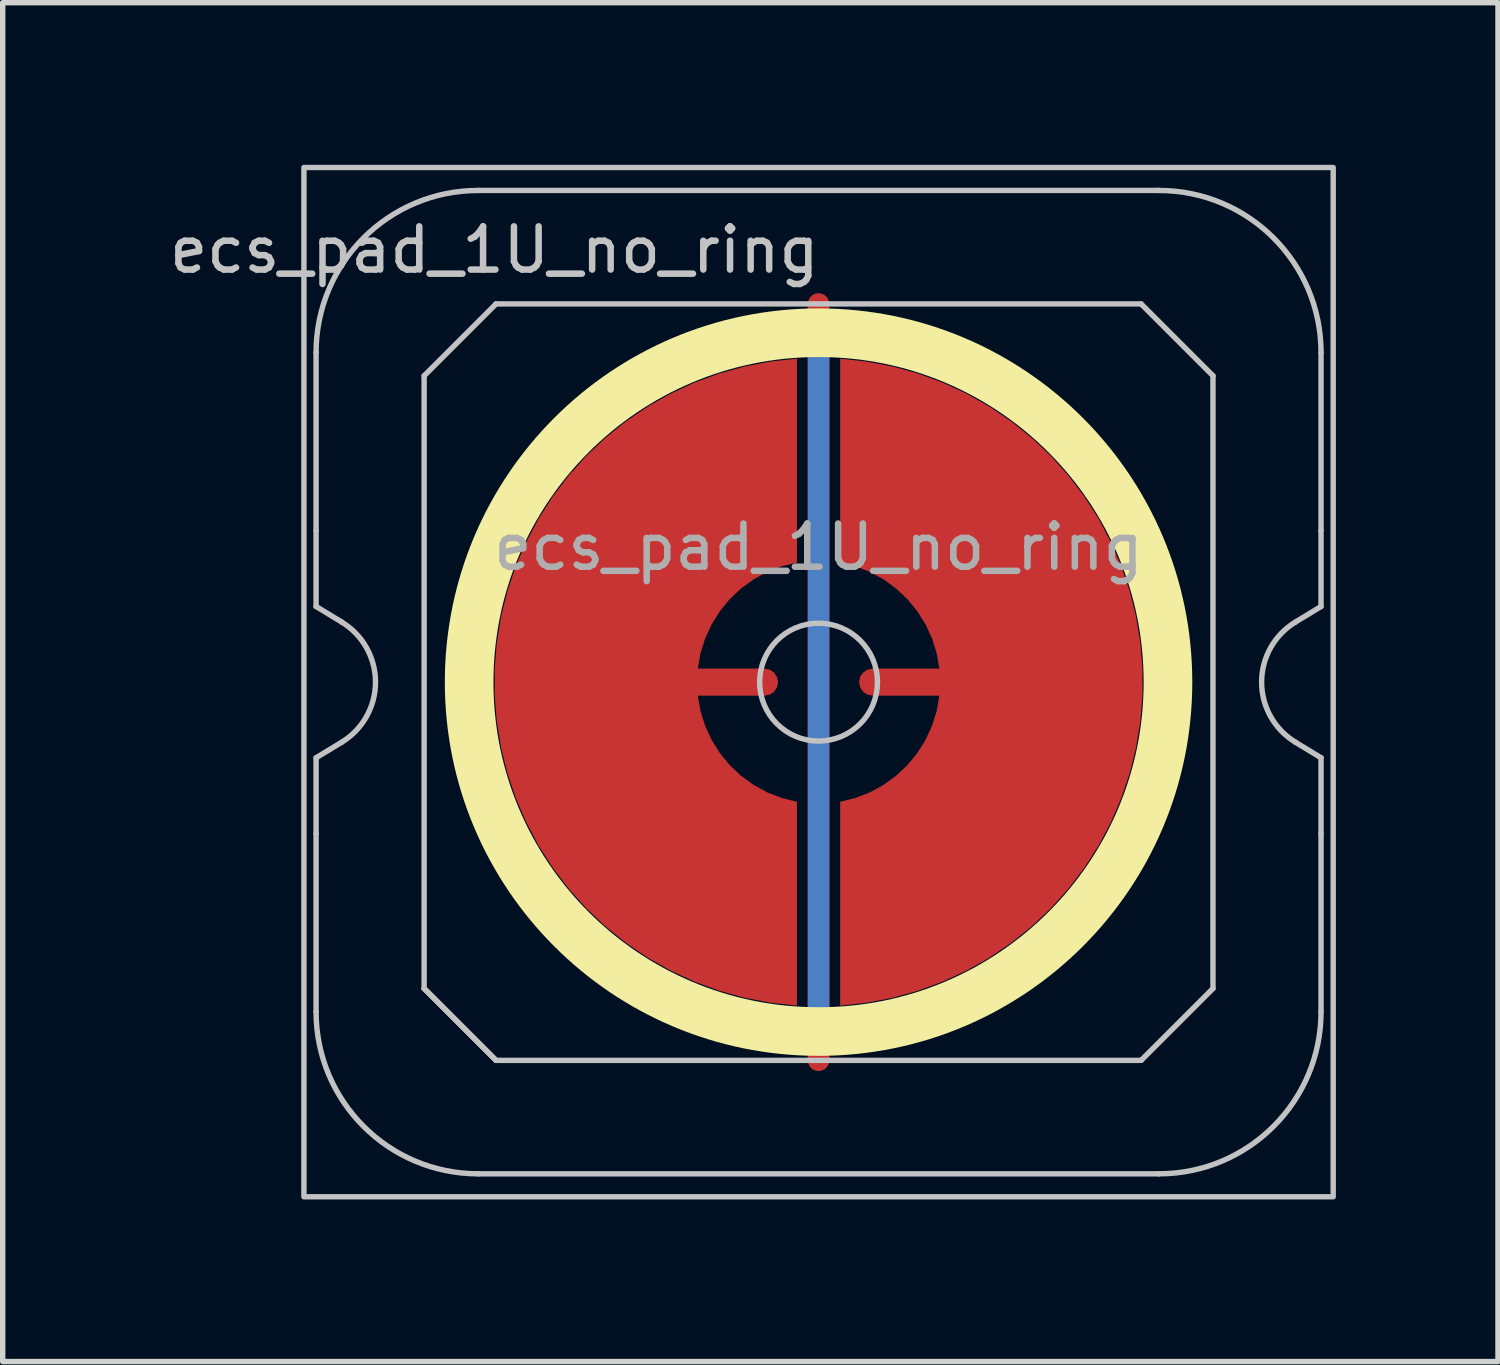
<source format=kicad_pcb>
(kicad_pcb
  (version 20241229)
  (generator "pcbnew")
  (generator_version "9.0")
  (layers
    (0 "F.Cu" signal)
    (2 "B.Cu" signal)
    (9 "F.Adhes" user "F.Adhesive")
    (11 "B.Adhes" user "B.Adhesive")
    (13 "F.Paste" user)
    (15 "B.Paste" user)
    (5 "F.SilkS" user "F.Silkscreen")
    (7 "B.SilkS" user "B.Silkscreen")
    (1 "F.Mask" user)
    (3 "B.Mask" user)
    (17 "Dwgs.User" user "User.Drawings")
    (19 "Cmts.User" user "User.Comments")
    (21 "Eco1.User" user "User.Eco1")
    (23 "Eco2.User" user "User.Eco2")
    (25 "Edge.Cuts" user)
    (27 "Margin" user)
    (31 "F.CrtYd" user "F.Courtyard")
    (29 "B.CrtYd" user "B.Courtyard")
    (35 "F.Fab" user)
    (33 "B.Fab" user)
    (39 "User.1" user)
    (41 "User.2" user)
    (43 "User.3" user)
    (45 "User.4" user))
  (footprint "ecs_pad_1U_no_ring"
    (layer "F.Cu")
    (at 12.1 9.575)
    (property "Reference" "ecs_pad_1U_no_ring" (at -6 -8 0) (layer "Dwgs.User") (effects (font (size 0.8 0.8) (thickness 0.12))))
    (attr smd)
    (fp_circle (center 0 0) (end 6.467 0) (stroke (width 0.9) (type solid)) (fill no) (layer "F.SilkS"))
    (fp_line (start -9.3 -2.805) (end -9.3 -6.1) (stroke (width 0.1) (type solid)) (layer "Dwgs.User"))
    (fp_line (start -9.3 -1.4) (end -9.3 -2.805) (stroke (width 0.1) (type solid)) (layer "Dwgs.User"))
    (fp_line (start -9.3 1.4) (end -8.824 1.111) (stroke (width 0.1) (type solid)) (layer "Dwgs.User"))
    (fp_line (start -9.3 2.805) (end -9.3 1.4) (stroke (width 0.1) (type solid)) (layer "Dwgs.User"))
    (fp_line (start -9.3 6.1) (end -9.3 2.805) (stroke (width 0.1) (type solid)) (layer "Dwgs.User"))
    (fp_line (start -8.824 -1.111) (end -9.3 -1.4) (stroke (width 0.1) (type solid)) (layer "Dwgs.User"))
    (fp_line (start -7.3 -5.67) (end -5.97 -7) (stroke (width 0.1) (type solid)) (layer "Dwgs.User"))
    (fp_line (start -7.3 5.67) (end -7.3 -5.67) (stroke (width 0.1) (type solid)) (layer "Dwgs.User"))
    (fp_line (start -7.3 5.67) (end -5.97 7) (stroke (width 0.1) (type solid)) (layer "Dwgs.User"))
    (fp_line (start -6.3 -9.1) (end 6.3 -9.1) (stroke (width 0.1) (type solid)) (layer "Dwgs.User"))
    (fp_line (start -5.97 -7) (end 5.97 -7) (stroke (width 0.1) (type solid)) (layer "Dwgs.User"))
    (fp_line (start -5.97 7) (end -7.3 5.67) (stroke (width 0.1) (type solid)) (layer "Dwgs.User"))
    (fp_line (start 5.97 -7) (end 7.3 -5.67) (stroke (width 0.1) (type solid)) (layer "Dwgs.User"))
    (fp_line (start 5.97 7) (end -5.97 7) (stroke (width 0.1) (type solid)) (layer "Dwgs.User"))
    (fp_line (start 6.3 9.1) (end -6.3 9.1) (stroke (width 0.1) (type solid)) (layer "Dwgs.User"))
    (fp_line (start 7.3 -5.67) (end 7.3 5.67) (stroke (width 0.1) (type solid)) (layer "Dwgs.User"))
    (fp_line (start 7.3 5.67) (end 5.97 7) (stroke (width 0.1) (type solid)) (layer "Dwgs.User"))
    (fp_line (start 8.824 1.111) (end 9.3 1.4) (stroke (width 0.1) (type solid)) (layer "Dwgs.User"))
    (fp_line (start 9.3 -6.1) (end 9.3 -2.805) (stroke (width 0.1) (type solid)) (layer "Dwgs.User"))
    (fp_line (start 9.3 -2.805) (end 9.3 -1.4) (stroke (width 0.1) (type solid)) (layer "Dwgs.User"))
    (fp_line (start 9.3 -1.4) (end 8.824 -1.111) (stroke (width 0.1) (type solid)) (layer "Dwgs.User"))
    (fp_line (start 9.3 1.4) (end 9.3 2.805) (stroke (width 0.1) (type solid)) (layer "Dwgs.User"))
    (fp_line (start 9.3 2.805) (end 9.3 6.1) (stroke (width 0.1) (type solid)) (layer "Dwgs.User"))
    (fp_rect (start -9.525 -9.525) (end 9.525 9.525) (stroke (width 0.1) (type default)) (fill no) (layer "Dwgs.User"))
    (fp_arc (start -9.3 -6.1) (mid -8.42132 -8.22132) (end -6.3 -9.1) (stroke (width 0.1) (type solid)) (layer "Dwgs.User"))
    (fp_arc (start -8.824333 -1.110619) (mid -8.2 0) (end -8.824333 1.110619) (stroke (width 0.1) (type solid)) (layer "Dwgs.User"))
    (fp_arc (start -6.3 9.1) (mid -8.42132 8.22132) (end -9.3 6.1) (stroke (width 0.1) (type solid)) (layer "Dwgs.User"))
    (fp_arc (start 6.3 -9.1) (mid 8.42132 -8.22132) (end 9.3 -6.1) (stroke (width 0.1) (type solid)) (layer "Dwgs.User"))
    (fp_arc (start 8.824333 1.110619) (mid 8.2 0) (end 8.824333 -1.110619) (stroke (width 0.1) (type solid)) (layer "Dwgs.User"))
    (fp_arc (start 9.3 6.1) (mid 8.42132 8.22132) (end 6.3 9.1) (stroke (width 0.1) (type solid)) (layer "Dwgs.User"))
    (fp_circle (center 0 0) (end 1.09 0) (stroke (width 0.1) (type default)) (fill no) (layer "Dwgs.User"))
    (fp_text user "${REFERENCE}" (at 0 -2.5 0) (layer "F.Fab") (effects (font (size 0.8 0.8) (thickness 0.12))))
    (pad "1" smd custom (at -1 0) (size 0.4 0.4) (layers "F.Cu") (options (anchor circle)) (primitives (gr_poly (pts (xy 0.6 -2.214) (xy 0.32 -2.145) (xy 0.052 -2.041) (xy -0.201 -1.903) (xy -0.434 -1.734) (xy -0.644 -1.536) (xy -0.826 -1.314) (xy -0.979 -1.07) (xy -1.1 -0.808) (xy -1.186 -0.534) (xy -1.236 -0.25) (xy 0 -0.25) (xy 0.096 -0.231) (xy 0.177 -0.177) (xy 0.231 -0.096) (xy 0.25 0) (xy 0.231 0.096) (xy 0.177 0.177) (xy 0.096 0.231) (xy 0 0.25) (xy -1.236 0.25) (xy -1.186 0.534) (xy -1.1 0.808) (xy -0.979 1.07) (xy -0.826 1.314) (xy -0.644 1.536) (xy -0.434 1.734) (xy -0.201 1.903) (xy 0.052 2.041) (xy 0.32 2.145) (xy 0.6 2.214) (xy 0.6 5.987) (xy 0.115 5.934) (xy -0.364 5.843) (xy -0.834 5.713) (xy -1.292 5.545) (xy -1.735 5.341) (xy -2.159 5.101) (xy -2.563 4.827) (xy -2.943 4.522) (xy -3.298 4.187) (xy -3.623 3.824) (xy -3.919 3.436) (xy -4.182 3.025) (xy -4.41 2.594) (xy -4.603 2.147) (xy -4.759 1.684) (xy -4.876 1.211) (xy -4.955 0.73) (xy -4.995 0.244) (xy -4.995 -0.244) (xy -4.955 -0.73) (xy -4.876 -1.211) (xy -4.759 -1.684) (xy -4.603 -2.147) (xy -4.41 -2.594) (xy -4.182 -3.025) (xy -3.919 -3.436) (xy -3.623 -3.824) (xy -3.298 -4.187) (xy -2.943 -4.522) (xy -2.563 -4.827) (xy -2.159 -5.101) (xy -1.735 -5.341) (xy -1.292 -5.545) (xy -0.834 -5.713) (xy -0.364 -5.843) (xy 0.115 -5.934) (xy 0.6 -5.987)) (width 0) (fill yes))))
    (pad "2" smd custom (at 1 0 180) (size 0.4 0.4) (layers "F.Cu") (options (anchor circle)) (primitives (gr_poly (pts (xy 0.6 -2.214) (xy 0.32 -2.145) (xy 0.052 -2.041) (xy -0.201 -1.903) (xy -0.434 -1.734) (xy -0.644 -1.536) (xy -0.826 -1.314) (xy -0.979 -1.07) (xy -1.1 -0.808) (xy -1.186 -0.534) (xy -1.236 -0.25) (xy 0 -0.25) (xy 0.096 -0.231) (xy 0.177 -0.177) (xy 0.231 -0.096) (xy 0.25 0) (xy 0.231 0.096) (xy 0.177 0.177) (xy 0.096 0.231) (xy 0 0.25) (xy -1.236 0.25) (xy -1.186 0.534) (xy -1.1 0.808) (xy -0.979 1.07) (xy -0.826 1.314) (xy -0.644 1.536) (xy -0.434 1.734) (xy -0.201 1.903) (xy 0.052 2.041) (xy 0.32 2.145) (xy 0.6 2.214) (xy 0.6 5.987) (xy 0.115 5.934) (xy -0.364 5.843) (xy -0.834 5.713) (xy -1.292 5.545) (xy -1.735 5.341) (xy -2.159 5.101) (xy -2.563 4.827) (xy -2.943 4.522) (xy -3.298 4.187) (xy -3.623 3.824) (xy -3.919 3.436) (xy -4.182 3.025) (xy -4.41 2.594) (xy -4.603 2.147) (xy -4.759 1.684) (xy -4.876 1.211) (xy -4.955 0.73) (xy -4.995 0.244) (xy -4.995 -0.244) (xy -4.955 -0.73) (xy -4.876 -1.211) (xy -4.759 -1.684) (xy -4.603 -2.147) (xy -4.41 -2.594) (xy -4.182 -3.025) (xy -3.919 -3.436) (xy -3.623 -3.824) (xy -3.298 -4.187) (xy -2.943 -4.522) (xy -2.563 -4.827) (xy -2.159 -5.101) (xy -1.735 -5.341) (xy -1.292 -5.545) (xy -0.834 -5.713) (xy -0.364 -5.843) (xy 0.115 -5.934) (xy 0.6 -5.987)) (width 0) (fill yes))))
    (pad "3" smd custom (at 0 0) (size 0.4 0.4) (layers "F.Cu") (options (anchor rect)) (primitives (gr_line (start 0 -7) (end 0 7) (width 0.4))))
    (pad "3" smd custom (at 0 0) (size 0.4 0.4) (layers "B.Cu") (options (anchor rect)) (primitives (gr_line (start 0 -6.5) (end 0 6.5) (width 0.4))))
    (zone (net_name "") (layer "F.Cu") (hatch edge 0.508) (connect_pads) (min_thickness 0.254) (filled_areas_thickness no) (keepout (tracks allowed) (vias allowed) (pads allowed) (copperpour not_allowed) (footprints allowed)) (placement (enabled no)) (fill) (polygon (pts (xy 19.105 9.575) (xy 19.086 9.062) (xy 19.03 8.552) (xy 18.936 8.047) (xy 18.806 7.55) (xy 18.64 7.065) (xy 18.438 6.592) (xy 18.203 6.136) (xy 17.935 5.699) (xy 17.635 5.282) (xy 17.306 4.888) (xy 16.948 4.519) (xy 16.565 4.178) (xy 16.158 3.865) (xy 15.729 3.583) (xy 15.28 3.334) (xy 14.815 3.117) (xy 14.334 2.936) (xy 13.842 2.79) (xy 13.34 2.681) (xy 12.832 2.608) (xy 12.32 2.574) (xy 11.807 2.576) (xy 11.295 2.617) (xy 10.787 2.694) (xy 10.287 2.809) (xy 9.796 2.96) (xy 9.318 3.146) (xy 8.855 3.367) (xy 8.409 3.622) (xy 7.983 3.908) (xy 7.579 4.225) (xy 7.199 4.57) (xy 6.846 4.943) (xy 6.52 5.34) (xy 6.225 5.76) (xy 5.962 6.2) (xy 5.731 6.659) (xy 5.534 7.133) (xy 5.373 7.621) (xy 5.248 8.119) (xy 5.16 8.624) (xy 5.109 9.135) (xy 5.095 9.648) (xy 5.12 10.161) (xy 5.181 10.671) (xy 5.28 11.175) (xy 5.416 11.67) (xy 5.587 12.154) (xy 5.793 12.624) (xy 6.034 13.077) (xy 6.306 13.512) (xy 6.61 13.926) (xy 6.944 14.316) (xy 7.305 14.681) (xy 7.692 15.019) (xy 8.102 15.327) (xy 8.534 15.604) (xy 8.985 15.849) (xy 9.453 16.061) (xy 9.935 16.237) (xy 10.429 16.378) (xy 10.932 16.482) (xy 11.441 16.549) (xy 11.953 16.578) (xy 12.467 16.57) (xy 12.978 16.525) (xy 13.485 16.442) (xy 13.984 16.322) (xy 14.473 16.166) (xy 14.949 15.974) (xy 15.41 15.748) (xy 15.853 15.489) (xy 16.276 15.199) (xy 16.677 14.878) (xy 17.053 14.528) (xy 17.403 14.152) (xy 17.724 13.751) (xy 18.014 13.328) (xy 18.273 12.885) (xy 18.499 12.424) (xy 18.691 11.948) (xy 18.847 11.459) (xy 18.967 10.96) (xy 19.05 10.453) (xy 19.095 9.942))))
    (zone (net_name "") (layer "B.Cu") (hatch edge 0.508) (connect_pads) (min_thickness 0.254) (filled_areas_thickness no) (keepout (tracks allowed) (vias allowed) (pads allowed) (copperpour not_allowed) (footprints allowed)) (placement (enabled no)) (fill) (polygon (pts (xy 18.658 9.575) (xy 18.638 9.06) (xy 18.578 8.549) (xy 18.477 8.044) (xy 18.337 7.548) (xy 18.159 7.065) (xy 17.943 6.598) (xy 17.692 6.148) (xy 17.406 5.72) (xy 17.087 5.316) (xy 16.737 4.938) (xy 16.359 4.588) (xy 15.955 4.269) (xy 15.527 3.983) (xy 15.077 3.732) (xy 14.61 3.516) (xy 14.127 3.338) (xy 13.631 3.198) (xy 13.126 3.097) (xy 12.615 3.037) (xy 12.1 3.017) (xy 11.585 3.037) (xy 11.074 3.097) (xy 10.569 3.198) (xy 10.073 3.338) (xy 9.59 3.516) (xy 9.123 3.732) (xy 8.673 3.983) (xy 8.245 4.269) (xy 7.841 4.588) (xy 7.463 4.938) (xy 7.113 5.316) (xy 6.794 5.72) (xy 6.508 6.148) (xy 6.257 6.598) (xy 6.041 7.065) (xy 5.863 7.548) (xy 5.723 8.044) (xy 5.622 8.549) (xy 5.562 9.06) (xy 5.542 9.575) (xy 5.562 10.09) (xy 5.622 10.601) (xy 5.723 11.106) (xy 5.863 11.602) (xy 6.041 12.085) (xy 6.257 12.552) (xy 6.508 13.002) (xy 6.794 13.43) (xy 7.113 13.834) (xy 7.463 14.212) (xy 7.841 14.562) (xy 8.245 14.881) (xy 8.673 15.167) (xy 9.123 15.418) (xy 9.59 15.634) (xy 10.073 15.812) (xy 10.569 15.952) (xy 11.074 16.053) (xy 11.585 16.113) (xy 12.1 16.133) (xy 12.615 16.113) (xy 13.126 16.053) (xy 13.631 15.952) (xy 14.127 15.812) (xy 14.61 15.634) (xy 15.077 15.418) (xy 15.527 15.167) (xy 15.955 14.881) (xy 16.359 14.562) (xy 16.737 14.212) (xy 17.087 13.834) (xy 17.406 13.43) (xy 17.692 13.002) (xy 17.943 12.552) (xy 18.159 12.085) (xy 18.337 11.602) (xy 18.477 11.106) (xy 18.578 10.601) (xy 18.638 10.09)))))
  (gr_rect
    (start -3 -3)
    (end 24.675 22.15)
    (stroke (width 0.1) (type default))
    (fill no)
    (layer "Edge.Cuts")))
</source>
